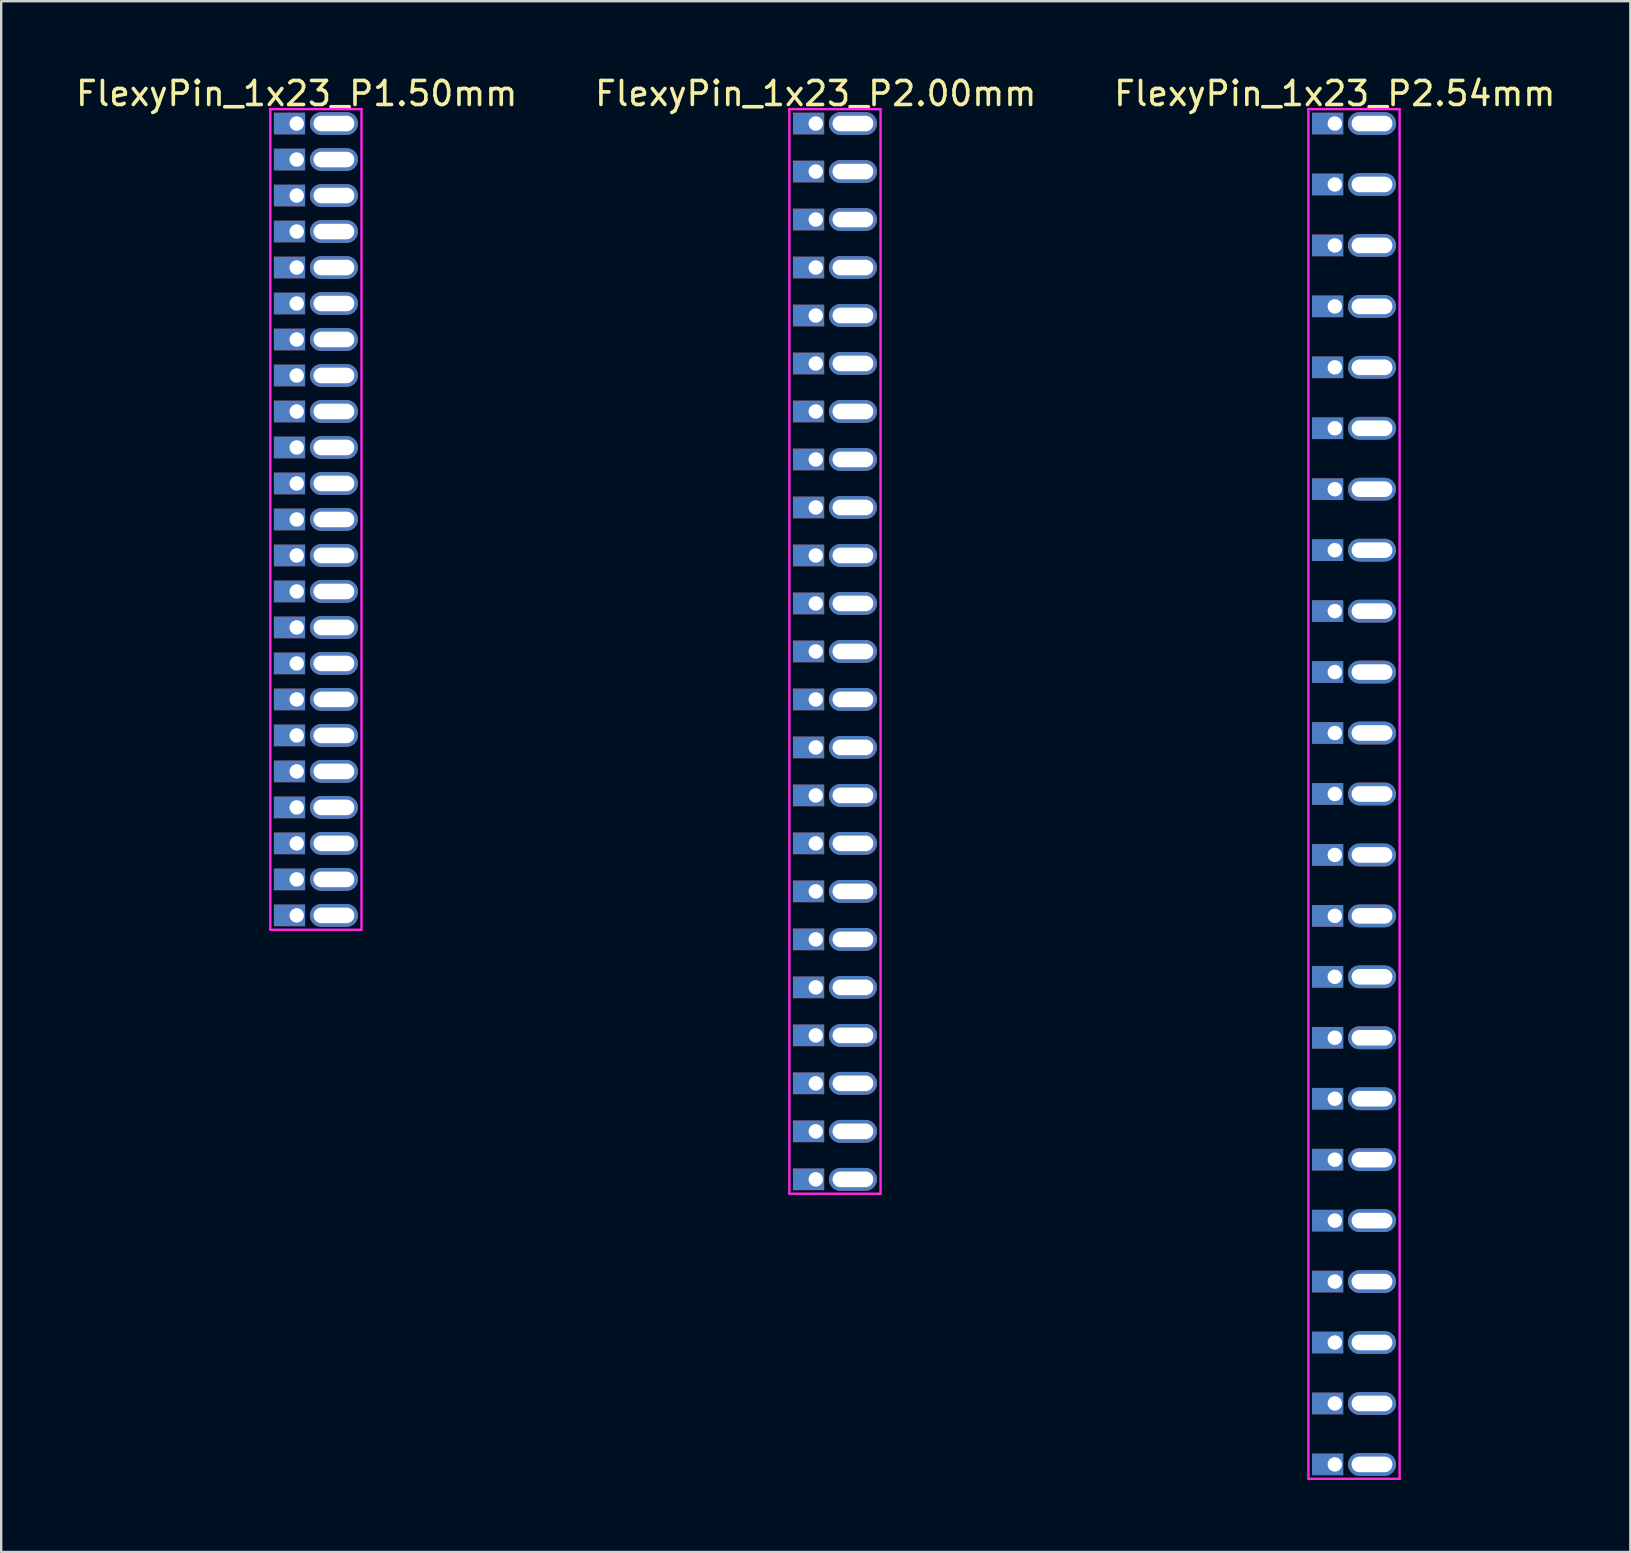
<source format=kicad_pcb>
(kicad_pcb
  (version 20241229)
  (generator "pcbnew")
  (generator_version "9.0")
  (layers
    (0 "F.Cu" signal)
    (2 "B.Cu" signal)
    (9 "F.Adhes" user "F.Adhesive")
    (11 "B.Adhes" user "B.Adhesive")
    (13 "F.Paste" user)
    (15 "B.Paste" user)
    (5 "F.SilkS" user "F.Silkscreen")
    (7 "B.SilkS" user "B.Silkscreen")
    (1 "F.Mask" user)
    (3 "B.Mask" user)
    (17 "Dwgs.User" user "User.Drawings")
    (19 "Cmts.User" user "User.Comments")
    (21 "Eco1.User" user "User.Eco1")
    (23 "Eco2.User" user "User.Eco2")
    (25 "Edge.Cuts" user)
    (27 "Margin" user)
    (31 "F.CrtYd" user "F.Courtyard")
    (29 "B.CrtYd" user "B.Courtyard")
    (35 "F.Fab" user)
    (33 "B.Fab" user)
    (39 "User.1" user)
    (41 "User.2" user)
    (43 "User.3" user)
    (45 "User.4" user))
  (footprint "FlexyPin_1x23_P1.50mm"
    (layer "F.Cu")
    (at 9.315 2.098)
    (property "Reference" "FlexyPin_1x23_P1.50mm" (at 0 -1.25 0) (layer "F.SilkS") (effects (font (size 1 1) (thickness 0.15))))
    (attr through_hole)
    (fp_line (start -1.1 -0.6) (end 2.7 -0.6) (stroke (width 0.1) (type solid)) (layer "F.CrtYd"))
    (fp_line (start -1.1 33.6) (end -1.1 -0.6) (stroke (width 0.1) (type solid)) (layer "F.CrtYd"))
    (fp_line (start 2.7 -0.6) (end 2.7 33.6) (stroke (width 0.1) (type solid)) (layer "F.CrtYd"))
    (fp_line (start 2.7 33.6) (end -1.1 33.6) (stroke (width 0.1) (type solid)) (layer "F.CrtYd"))
    (pad "" thru_hole oval (at 1.55 0) (size 2 0.95) (drill oval 1.7 0.65) (layers "*.Cu" "*.Mask"))
    (pad "" thru_hole oval (at 1.55 1.5) (size 2 0.95) (drill oval 1.7 0.65) (layers "*.Cu" "*.Mask"))
    (pad "" thru_hole oval (at 1.55 3) (size 2 0.95) (drill oval 1.7 0.65) (layers "*.Cu" "*.Mask"))
    (pad "" thru_hole oval (at 1.55 4.5) (size 2 0.95) (drill oval 1.7 0.65) (layers "*.Cu" "*.Mask"))
    (pad "" thru_hole oval (at 1.55 6) (size 2 0.95) (drill oval 1.7 0.65) (layers "*.Cu" "*.Mask"))
    (pad "" thru_hole oval (at 1.55 7.5) (size 2 0.95) (drill oval 1.7 0.65) (layers "*.Cu" "*.Mask"))
    (pad "" thru_hole oval (at 1.55 9) (size 2 0.95) (drill oval 1.7 0.65) (layers "*.Cu" "*.Mask"))
    (pad "" thru_hole oval (at 1.55 10.5) (size 2 0.95) (drill oval 1.7 0.65) (layers "*.Cu" "*.Mask"))
    (pad "" thru_hole oval (at 1.55 12) (size 2 0.95) (drill oval 1.7 0.65) (layers "*.Cu" "*.Mask"))
    (pad "" thru_hole oval (at 1.55 13.5) (size 2 0.95) (drill oval 1.7 0.65) (layers "*.Cu" "*.Mask"))
    (pad "" thru_hole oval (at 1.55 15) (size 2 0.95) (drill oval 1.7 0.65) (layers "*.Cu" "*.Mask"))
    (pad "" thru_hole oval (at 1.55 16.5) (size 2 0.95) (drill oval 1.7 0.65) (layers "*.Cu" "*.Mask"))
    (pad "" thru_hole oval (at 1.55 18) (size 2 0.95) (drill oval 1.7 0.65) (layers "*.Cu" "*.Mask"))
    (pad "" thru_hole oval (at 1.55 19.5) (size 2 0.95) (drill oval 1.7 0.65) (layers "*.Cu" "*.Mask"))
    (pad "" thru_hole oval (at 1.55 21) (size 2 0.95) (drill oval 1.7 0.65) (layers "*.Cu" "*.Mask"))
    (pad "" thru_hole oval (at 1.55 22.5) (size 2 0.95) (drill oval 1.7 0.65) (layers "*.Cu" "*.Mask"))
    (pad "" thru_hole oval (at 1.55 24) (size 2 0.95) (drill oval 1.7 0.65) (layers "*.Cu" "*.Mask"))
    (pad "" thru_hole oval (at 1.55 25.5) (size 2 0.95) (drill oval 1.7 0.65) (layers "*.Cu" "*.Mask"))
    (pad "" thru_hole oval (at 1.55 27) (size 2 0.95) (drill oval 1.7 0.65) (layers "*.Cu" "*.Mask"))
    (pad "" thru_hole oval (at 1.55 28.5) (size 2 0.95) (drill oval 1.7 0.65) (layers "*.Cu" "*.Mask"))
    (pad "" thru_hole oval (at 1.55 30) (size 2 0.95) (drill oval 1.7 0.65) (layers "*.Cu" "*.Mask"))
    (pad "" thru_hole oval (at 1.55 31.5) (size 2 0.95) (drill oval 1.7 0.65) (layers "*.Cu" "*.Mask"))
    (pad "" thru_hole oval (at 1.55 33) (size 2 0.95) (drill oval 1.7 0.65) (layers "*.Cu" "*.Mask"))
    (pad "1" thru_hole rect (at 0 0) (size 1.3 0.9) (drill 0.6 (offset -0.3 0)) (layers "*.Cu" "*.Mask"))
    (pad "2" thru_hole rect (at 0 1.5) (size 1.3 0.9) (drill 0.6 (offset -0.3 0)) (layers "*.Cu" "*.Mask"))
    (pad "3" thru_hole rect (at 0 3) (size 1.3 0.9) (drill 0.6 (offset -0.3 0)) (layers "*.Cu" "*.Mask"))
    (pad "4" thru_hole rect (at 0 4.5) (size 1.3 0.9) (drill 0.6 (offset -0.3 0)) (layers "*.Cu" "*.Mask"))
    (pad "5" thru_hole rect (at 0 6) (size 1.3 0.9) (drill 0.6 (offset -0.3 0)) (layers "*.Cu" "*.Mask"))
    (pad "6" thru_hole rect (at 0 7.5) (size 1.3 0.9) (drill 0.6 (offset -0.3 0)) (layers "*.Cu" "*.Mask"))
    (pad "7" thru_hole rect (at 0 9) (size 1.3 0.9) (drill 0.6 (offset -0.3 0)) (layers "*.Cu" "*.Mask"))
    (pad "8" thru_hole rect (at 0 10.5) (size 1.3 0.9) (drill 0.6 (offset -0.3 0)) (layers "*.Cu" "*.Mask"))
    (pad "9" thru_hole rect (at 0 12) (size 1.3 0.9) (drill 0.6 (offset -0.3 0)) (layers "*.Cu" "*.Mask"))
    (pad "10" thru_hole rect (at 0 13.5) (size 1.3 0.9) (drill 0.6 (offset -0.3 0)) (layers "*.Cu" "*.Mask"))
    (pad "11" thru_hole rect (at 0 15) (size 1.3 0.9) (drill 0.6 (offset -0.3 0)) (layers "*.Cu" "*.Mask"))
    (pad "12" thru_hole rect (at 0 16.5) (size 1.3 0.9) (drill 0.6 (offset -0.3 0)) (layers "*.Cu" "*.Mask"))
    (pad "13" thru_hole rect (at 0 18) (size 1.3 0.9) (drill 0.6 (offset -0.3 0)) (layers "*.Cu" "*.Mask"))
    (pad "14" thru_hole rect (at 0 19.5) (size 1.3 0.9) (drill 0.6 (offset -0.3 0)) (layers "*.Cu" "*.Mask"))
    (pad "15" thru_hole rect (at 0 21) (size 1.3 0.9) (drill 0.6 (offset -0.3 0)) (layers "*.Cu" "*.Mask"))
    (pad "16" thru_hole rect (at 0 22.5) (size 1.3 0.9) (drill 0.6 (offset -0.3 0)) (layers "*.Cu" "*.Mask"))
    (pad "17" thru_hole rect (at 0 24) (size 1.3 0.9) (drill 0.6 (offset -0.3 0)) (layers "*.Cu" "*.Mask"))
    (pad "18" thru_hole rect (at 0 25.5) (size 1.3 0.9) (drill 0.6 (offset -0.3 0)) (layers "*.Cu" "*.Mask"))
    (pad "19" thru_hole rect (at 0 27) (size 1.3 0.9) (drill 0.6 (offset -0.3 0)) (layers "*.Cu" "*.Mask"))
    (pad "20" thru_hole rect (at 0 28.5) (size 1.3 0.9) (drill 0.6 (offset -0.3 0)) (layers "*.Cu" "*.Mask"))
    (pad "21" thru_hole rect (at 0 30) (size 1.3 0.9) (drill 0.6 (offset -0.3 0)) (layers "*.Cu" "*.Mask"))
    (pad "22" thru_hole rect (at 0 31.5) (size 1.3 0.9) (drill 0.6 (offset -0.3 0)) (layers "*.Cu" "*.Mask"))
    (pad "23" thru_hole rect (at 0 33) (size 1.3 0.9) (drill 0.6 (offset -0.3 0)) (layers "*.Cu" "*.Mask")))
  (footprint "FlexyPin_1x23_P2.54mm"
    (layer "F.Cu")
    (at 52.577 2.098)
    (property "Reference" "FlexyPin_1x23_P2.54mm" (at 0 -1.25 0) (layer "F.SilkS") (effects (font (size 1 1) (thickness 0.15))))
    (attr through_hole)
    (fp_line (start -1.1 -0.6) (end 2.7 -0.6) (stroke (width 0.1) (type solid)) (layer "F.CrtYd"))
    (fp_line (start -1.1 56.48) (end -1.1 -0.6) (stroke (width 0.1) (type solid)) (layer "F.CrtYd"))
    (fp_line (start 2.7 -0.6) (end 2.7 56.48) (stroke (width 0.1) (type solid)) (layer "F.CrtYd"))
    (fp_line (start 2.7 56.48) (end -1.1 56.48) (stroke (width 0.1) (type solid)) (layer "F.CrtYd"))
    (pad "" thru_hole oval (at 1.55 0) (size 2 0.95) (drill oval 1.7 0.65) (layers "*.Cu" "*.Mask"))
    (pad "" thru_hole oval (at 1.55 2.54) (size 2 0.95) (drill oval 1.7 0.65) (layers "*.Cu" "*.Mask"))
    (pad "" thru_hole oval (at 1.55 5.08) (size 2 0.95) (drill oval 1.7 0.65) (layers "*.Cu" "*.Mask"))
    (pad "" thru_hole oval (at 1.55 7.62) (size 2 0.95) (drill oval 1.7 0.65) (layers "*.Cu" "*.Mask"))
    (pad "" thru_hole oval (at 1.55 10.16) (size 2 0.95) (drill oval 1.7 0.65) (layers "*.Cu" "*.Mask"))
    (pad "" thru_hole oval (at 1.55 12.7) (size 2 0.95) (drill oval 1.7 0.65) (layers "*.Cu" "*.Mask"))
    (pad "" thru_hole oval (at 1.55 15.24) (size 2 0.95) (drill oval 1.7 0.65) (layers "*.Cu" "*.Mask"))
    (pad "" thru_hole oval (at 1.55 17.78) (size 2 0.95) (drill oval 1.7 0.65) (layers "*.Cu" "*.Mask"))
    (pad "" thru_hole oval (at 1.55 20.32) (size 2 0.95) (drill oval 1.7 0.65) (layers "*.Cu" "*.Mask"))
    (pad "" thru_hole oval (at 1.55 22.86) (size 2 0.95) (drill oval 1.7 0.65) (layers "*.Cu" "*.Mask"))
    (pad "" thru_hole oval (at 1.55 25.4) (size 2 0.95) (drill oval 1.7 0.65) (layers "*.Cu" "*.Mask"))
    (pad "" thru_hole oval (at 1.55 27.94) (size 2 0.95) (drill oval 1.7 0.65) (layers "*.Cu" "*.Mask"))
    (pad "" thru_hole oval (at 1.55 30.48) (size 2 0.95) (drill oval 1.7 0.65) (layers "*.Cu" "*.Mask"))
    (pad "" thru_hole oval (at 1.55 33.02) (size 2 0.95) (drill oval 1.7 0.65) (layers "*.Cu" "*.Mask"))
    (pad "" thru_hole oval (at 1.55 35.56) (size 2 0.95) (drill oval 1.7 0.65) (layers "*.Cu" "*.Mask"))
    (pad "" thru_hole oval (at 1.55 38.1) (size 2 0.95) (drill oval 1.7 0.65) (layers "*.Cu" "*.Mask"))
    (pad "" thru_hole oval (at 1.55 40.64) (size 2 0.95) (drill oval 1.7 0.65) (layers "*.Cu" "*.Mask"))
    (pad "" thru_hole oval (at 1.55 43.18) (size 2 0.95) (drill oval 1.7 0.65) (layers "*.Cu" "*.Mask"))
    (pad "" thru_hole oval (at 1.55 45.72) (size 2 0.95) (drill oval 1.7 0.65) (layers "*.Cu" "*.Mask"))
    (pad "" thru_hole oval (at 1.55 48.26) (size 2 0.95) (drill oval 1.7 0.65) (layers "*.Cu" "*.Mask"))
    (pad "" thru_hole oval (at 1.55 50.8) (size 2 0.95) (drill oval 1.7 0.65) (layers "*.Cu" "*.Mask"))
    (pad "" thru_hole oval (at 1.55 53.34) (size 2 0.95) (drill oval 1.7 0.65) (layers "*.Cu" "*.Mask"))
    (pad "" thru_hole oval (at 1.55 55.88) (size 2 0.95) (drill oval 1.7 0.65) (layers "*.Cu" "*.Mask"))
    (pad "1" thru_hole rect (at 0 0) (size 1.3 0.9) (drill 0.6 (offset -0.3 0)) (layers "*.Cu" "*.Mask"))
    (pad "2" thru_hole rect (at 0 2.54) (size 1.3 0.9) (drill 0.6 (offset -0.3 0)) (layers "*.Cu" "*.Mask"))
    (pad "3" thru_hole rect (at 0 5.08) (size 1.3 0.9) (drill 0.6 (offset -0.3 0)) (layers "*.Cu" "*.Mask"))
    (pad "4" thru_hole rect (at 0 7.62) (size 1.3 0.9) (drill 0.6 (offset -0.3 0)) (layers "*.Cu" "*.Mask"))
    (pad "5" thru_hole rect (at 0 10.16) (size 1.3 0.9) (drill 0.6 (offset -0.3 0)) (layers "*.Cu" "*.Mask"))
    (pad "6" thru_hole rect (at 0 12.7) (size 1.3 0.9) (drill 0.6 (offset -0.3 0)) (layers "*.Cu" "*.Mask"))
    (pad "7" thru_hole rect (at 0 15.24) (size 1.3 0.9) (drill 0.6 (offset -0.3 0)) (layers "*.Cu" "*.Mask"))
    (pad "8" thru_hole rect (at 0 17.78) (size 1.3 0.9) (drill 0.6 (offset -0.3 0)) (layers "*.Cu" "*.Mask"))
    (pad "9" thru_hole rect (at 0 20.32) (size 1.3 0.9) (drill 0.6 (offset -0.3 0)) (layers "*.Cu" "*.Mask"))
    (pad "10" thru_hole rect (at 0 22.86) (size 1.3 0.9) (drill 0.6 (offset -0.3 0)) (layers "*.Cu" "*.Mask"))
    (pad "11" thru_hole rect (at 0 25.4) (size 1.3 0.9) (drill 0.6 (offset -0.3 0)) (layers "*.Cu" "*.Mask"))
    (pad "12" thru_hole rect (at 0 27.94) (size 1.3 0.9) (drill 0.6 (offset -0.3 0)) (layers "*.Cu" "*.Mask"))
    (pad "13" thru_hole rect (at 0 30.48) (size 1.3 0.9) (drill 0.6 (offset -0.3 0)) (layers "*.Cu" "*.Mask"))
    (pad "14" thru_hole rect (at 0 33.02) (size 1.3 0.9) (drill 0.6 (offset -0.3 0)) (layers "*.Cu" "*.Mask"))
    (pad "15" thru_hole rect (at 0 35.56) (size 1.3 0.9) (drill 0.6 (offset -0.3 0)) (layers "*.Cu" "*.Mask"))
    (pad "16" thru_hole rect (at 0 38.1) (size 1.3 0.9) (drill 0.6 (offset -0.3 0)) (layers "*.Cu" "*.Mask"))
    (pad "17" thru_hole rect (at 0 40.64) (size 1.3 0.9) (drill 0.6 (offset -0.3 0)) (layers "*.Cu" "*.Mask"))
    (pad "18" thru_hole rect (at 0 43.18) (size 1.3 0.9) (drill 0.6 (offset -0.3 0)) (layers "*.Cu" "*.Mask"))
    (pad "19" thru_hole rect (at 0 45.72) (size 1.3 0.9) (drill 0.6 (offset -0.3 0)) (layers "*.Cu" "*.Mask"))
    (pad "20" thru_hole rect (at 0 48.26) (size 1.3 0.9) (drill 0.6 (offset -0.3 0)) (layers "*.Cu" "*.Mask"))
    (pad "21" thru_hole rect (at 0 50.8) (size 1.3 0.9) (drill 0.6 (offset -0.3 0)) (layers "*.Cu" "*.Mask"))
    (pad "22" thru_hole rect (at 0 53.34) (size 1.3 0.9) (drill 0.6 (offset -0.3 0)) (layers "*.Cu" "*.Mask"))
    (pad "23" thru_hole rect (at 0 55.88) (size 1.3 0.9) (drill 0.6 (offset -0.3 0)) (layers "*.Cu" "*.Mask")))
  (footprint "FlexyPin_1x23_P2.00mm"
    (layer "F.Cu")
    (at 30.946 2.098)
    (property "Reference" "FlexyPin_1x23_P2.00mm" (at 0 -1.25 0) (layer "F.SilkS") (effects (font (size 1 1) (thickness 0.15))))
    (attr through_hole)
    (fp_line (start -1.1 -0.6) (end 2.7 -0.6) (stroke (width 0.1) (type solid)) (layer "F.CrtYd"))
    (fp_line (start -1.1 44.6) (end -1.1 -0.6) (stroke (width 0.1) (type solid)) (layer "F.CrtYd"))
    (fp_line (start 2.7 -0.6) (end 2.7 44.6) (stroke (width 0.1) (type solid)) (layer "F.CrtYd"))
    (fp_line (start 2.7 44.6) (end -1.1 44.6) (stroke (width 0.1) (type solid)) (layer "F.CrtYd"))
    (pad "" thru_hole oval (at 1.55 0) (size 2 0.95) (drill oval 1.7 0.65) (layers "*.Cu" "*.Mask"))
    (pad "" thru_hole oval (at 1.55 2) (size 2 0.95) (drill oval 1.7 0.65) (layers "*.Cu" "*.Mask"))
    (pad "" thru_hole oval (at 1.55 4) (size 2 0.95) (drill oval 1.7 0.65) (layers "*.Cu" "*.Mask"))
    (pad "" thru_hole oval (at 1.55 6) (size 2 0.95) (drill oval 1.7 0.65) (layers "*.Cu" "*.Mask"))
    (pad "" thru_hole oval (at 1.55 8) (size 2 0.95) (drill oval 1.7 0.65) (layers "*.Cu" "*.Mask"))
    (pad "" thru_hole oval (at 1.55 10) (size 2 0.95) (drill oval 1.7 0.65) (layers "*.Cu" "*.Mask"))
    (pad "" thru_hole oval (at 1.55 12) (size 2 0.95) (drill oval 1.7 0.65) (layers "*.Cu" "*.Mask"))
    (pad "" thru_hole oval (at 1.55 14) (size 2 0.95) (drill oval 1.7 0.65) (layers "*.Cu" "*.Mask"))
    (pad "" thru_hole oval (at 1.55 16) (size 2 0.95) (drill oval 1.7 0.65) (layers "*.Cu" "*.Mask"))
    (pad "" thru_hole oval (at 1.55 18) (size 2 0.95) (drill oval 1.7 0.65) (layers "*.Cu" "*.Mask"))
    (pad "" thru_hole oval (at 1.55 20) (size 2 0.95) (drill oval 1.7 0.65) (layers "*.Cu" "*.Mask"))
    (pad "" thru_hole oval (at 1.55 22) (size 2 0.95) (drill oval 1.7 0.65) (layers "*.Cu" "*.Mask"))
    (pad "" thru_hole oval (at 1.55 24) (size 2 0.95) (drill oval 1.7 0.65) (layers "*.Cu" "*.Mask"))
    (pad "" thru_hole oval (at 1.55 26) (size 2 0.95) (drill oval 1.7 0.65) (layers "*.Cu" "*.Mask"))
    (pad "" thru_hole oval (at 1.55 28) (size 2 0.95) (drill oval 1.7 0.65) (layers "*.Cu" "*.Mask"))
    (pad "" thru_hole oval (at 1.55 30) (size 2 0.95) (drill oval 1.7 0.65) (layers "*.Cu" "*.Mask"))
    (pad "" thru_hole oval (at 1.55 32) (size 2 0.95) (drill oval 1.7 0.65) (layers "*.Cu" "*.Mask"))
    (pad "" thru_hole oval (at 1.55 34) (size 2 0.95) (drill oval 1.7 0.65) (layers "*.Cu" "*.Mask"))
    (pad "" thru_hole oval (at 1.55 36) (size 2 0.95) (drill oval 1.7 0.65) (layers "*.Cu" "*.Mask"))
    (pad "" thru_hole oval (at 1.55 38) (size 2 0.95) (drill oval 1.7 0.65) (layers "*.Cu" "*.Mask"))
    (pad "" thru_hole oval (at 1.55 40) (size 2 0.95) (drill oval 1.7 0.65) (layers "*.Cu" "*.Mask"))
    (pad "" thru_hole oval (at 1.55 42) (size 2 0.95) (drill oval 1.7 0.65) (layers "*.Cu" "*.Mask"))
    (pad "" thru_hole oval (at 1.55 44) (size 2 0.95) (drill oval 1.7 0.65) (layers "*.Cu" "*.Mask"))
    (pad "1" thru_hole rect (at 0 0) (size 1.3 0.9) (drill 0.6 (offset -0.3 0)) (layers "*.Cu" "*.Mask"))
    (pad "2" thru_hole rect (at 0 2) (size 1.3 0.9) (drill 0.6 (offset -0.3 0)) (layers "*.Cu" "*.Mask"))
    (pad "3" thru_hole rect (at 0 4) (size 1.3 0.9) (drill 0.6 (offset -0.3 0)) (layers "*.Cu" "*.Mask"))
    (pad "4" thru_hole rect (at 0 6) (size 1.3 0.9) (drill 0.6 (offset -0.3 0)) (layers "*.Cu" "*.Mask"))
    (pad "5" thru_hole rect (at 0 8) (size 1.3 0.9) (drill 0.6 (offset -0.3 0)) (layers "*.Cu" "*.Mask"))
    (pad "6" thru_hole rect (at 0 10) (size 1.3 0.9) (drill 0.6 (offset -0.3 0)) (layers "*.Cu" "*.Mask"))
    (pad "7" thru_hole rect (at 0 12) (size 1.3 0.9) (drill 0.6 (offset -0.3 0)) (layers "*.Cu" "*.Mask"))
    (pad "8" thru_hole rect (at 0 14) (size 1.3 0.9) (drill 0.6 (offset -0.3 0)) (layers "*.Cu" "*.Mask"))
    (pad "9" thru_hole rect (at 0 16) (size 1.3 0.9) (drill 0.6 (offset -0.3 0)) (layers "*.Cu" "*.Mask"))
    (pad "10" thru_hole rect (at 0 18) (size 1.3 0.9) (drill 0.6 (offset -0.3 0)) (layers "*.Cu" "*.Mask"))
    (pad "11" thru_hole rect (at 0 20) (size 1.3 0.9) (drill 0.6 (offset -0.3 0)) (layers "*.Cu" "*.Mask"))
    (pad "12" thru_hole rect (at 0 22) (size 1.3 0.9) (drill 0.6 (offset -0.3 0)) (layers "*.Cu" "*.Mask"))
    (pad "13" thru_hole rect (at 0 24) (size 1.3 0.9) (drill 0.6 (offset -0.3 0)) (layers "*.Cu" "*.Mask"))
    (pad "14" thru_hole rect (at 0 26) (size 1.3 0.9) (drill 0.6 (offset -0.3 0)) (layers "*.Cu" "*.Mask"))
    (pad "15" thru_hole rect (at 0 28) (size 1.3 0.9) (drill 0.6 (offset -0.3 0)) (layers "*.Cu" "*.Mask"))
    (pad "16" thru_hole rect (at 0 30) (size 1.3 0.9) (drill 0.6 (offset -0.3 0)) (layers "*.Cu" "*.Mask"))
    (pad "17" thru_hole rect (at 0 32) (size 1.3 0.9) (drill 0.6 (offset -0.3 0)) (layers "*.Cu" "*.Mask"))
    (pad "18" thru_hole rect (at 0 34) (size 1.3 0.9) (drill 0.6 (offset -0.3 0)) (layers "*.Cu" "*.Mask"))
    (pad "19" thru_hole rect (at 0 36) (size 1.3 0.9) (drill 0.6 (offset -0.3 0)) (layers "*.Cu" "*.Mask"))
    (pad "20" thru_hole rect (at 0 38) (size 1.3 0.9) (drill 0.6 (offset -0.3 0)) (layers "*.Cu" "*.Mask"))
    (pad "21" thru_hole rect (at 0 40) (size 1.3 0.9) (drill 0.6 (offset -0.3 0)) (layers "*.Cu" "*.Mask"))
    (pad "22" thru_hole rect (at 0 42) (size 1.3 0.9) (drill 0.6 (offset -0.3 0)) (layers "*.Cu" "*.Mask"))
    (pad "23" thru_hole rect (at 0 44) (size 1.3 0.9) (drill 0.6 (offset -0.3 0)) (layers "*.Cu" "*.Mask")))
  (gr_rect
    (start -3 -3)
    (end 64.893 61.628)
    (stroke (width 0.1) (type default))
    (fill no)
    (layer "Edge.Cuts")))
</source>
